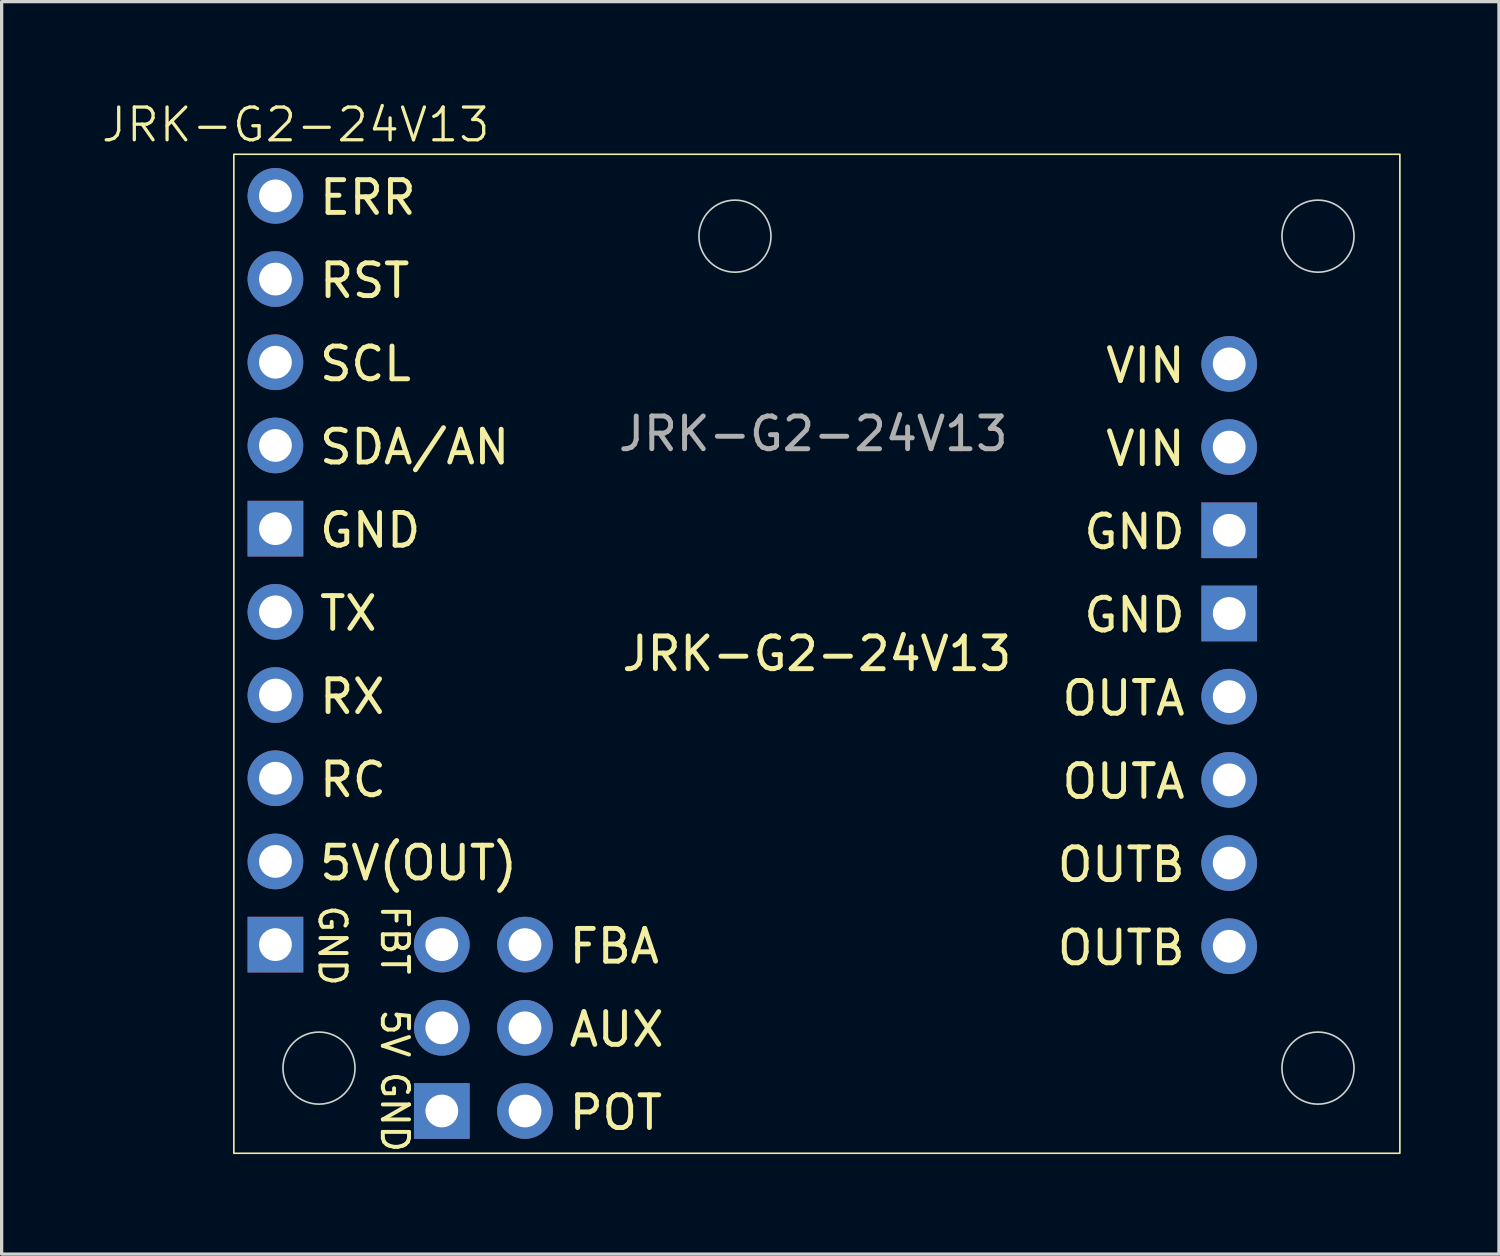
<source format=kicad_pcb>
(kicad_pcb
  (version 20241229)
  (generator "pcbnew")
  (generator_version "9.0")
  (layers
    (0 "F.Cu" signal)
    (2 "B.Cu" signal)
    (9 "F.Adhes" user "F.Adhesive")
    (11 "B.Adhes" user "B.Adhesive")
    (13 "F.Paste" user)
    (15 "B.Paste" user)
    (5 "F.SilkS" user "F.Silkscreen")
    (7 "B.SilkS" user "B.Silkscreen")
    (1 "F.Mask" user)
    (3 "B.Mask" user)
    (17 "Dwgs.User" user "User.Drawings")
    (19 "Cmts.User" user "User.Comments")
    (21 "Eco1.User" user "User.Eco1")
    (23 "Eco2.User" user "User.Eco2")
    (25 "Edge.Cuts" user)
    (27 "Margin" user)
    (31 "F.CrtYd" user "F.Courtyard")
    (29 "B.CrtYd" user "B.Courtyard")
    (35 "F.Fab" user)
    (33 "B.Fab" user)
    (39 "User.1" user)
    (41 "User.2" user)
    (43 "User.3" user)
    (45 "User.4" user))
  (footprint "JRK-G2-24V13"
    (layer "F.Cu")
    (at 21.889 16.91)
    (property "Reference" "JRK-G2-24V13" (at -15.91 -16.15 0) (unlocked yes) (layer "F.SilkS") (effects (font (size 1 1) (thickness 0.1))))
    (attr through_hole)
    (fp_rect (start -17.8 -15.25) (end 17.8 15.25) (stroke (width 0.05) (type default)) (fill no) (layer "F.SilkS"))
    (fp_circle (center -15.2 12.65) (end -14.1 12.65) (stroke (width 0.05) (type default)) (fill no) (layer "Edge.Cuts"))
    (fp_circle (center -2.5 -12.75) (end -1.4 -12.75) (stroke (width 0.05) (type default)) (fill no) (layer "Edge.Cuts"))
    (fp_circle (center 15.3 -12.75) (end 16.4 -12.75) (stroke (width 0.05) (type default)) (fill no) (layer "Edge.Cuts"))
    (fp_circle (center 15.3 12.65) (end 16.4 12.65) (stroke (width 0.05) (type default)) (fill no) (layer "Edge.Cuts"))
    (fp_text user "RC" (at -15.26 4.435 0) (unlocked yes) (layer "F.SilkS") (effects (font (size 1 1) (thickness 0.15)) (justify left bottom)))
    (fp_text user "OUTB" (at 11.32 7.025 0) (unlocked yes) (layer "F.SilkS") (effects (font (size 1 1) (thickness 0.15)) (justify right bottom)))
    (fp_text user "AUX" (at -7.64 12.055 0) (unlocked yes) (layer "F.SilkS") (effects (font (size 1 1) (thickness 0.15)) (justify left bottom)))
    (fp_text user "GND" (at -13.355 12.69 270) (unlocked yes) (layer "F.SilkS") (effects (font (size 0.8 0.8) (thickness 0.12)) (justify left bottom)))
    (fp_text user "POT" (at -7.64 14.595 0) (unlocked yes) (layer "F.SilkS") (effects (font (size 1 1) (thickness 0.15)) (justify left bottom)))
    (fp_text user "FBA" (at -7.64 9.515 0) (unlocked yes) (layer "F.SilkS") (effects (font (size 1 1) (thickness 0.15)) (justify left bottom)))
    (fp_text user "SDA/AN" (at -15.26 -5.725 0) (unlocked yes) (layer "F.SilkS") (effects (font (size 1 1) (thickness 0.15)) (justify left bottom)))
    (fp_text user "TX" (at -15.26 -0.645 0) (unlocked yes) (layer "F.SilkS") (effects (font (size 1 1) (thickness 0.15)) (justify left bottom)))
    (fp_text user "GND" (at -15.26 7.61 270) (unlocked yes) (layer "F.SilkS") (effects (font (size 0.8 0.8) (thickness 0.12)) (justify left bottom)))
    (fp_text user "5V" (at -13.355 10.785 270) (unlocked yes) (layer "F.SilkS") (effects (font (size 0.8 0.8) (thickness 0.12)) (justify left bottom)))
    (fp_text user "JRK-G2-24V13" (at 0.001 0.000271 0) (unlocked yes) (layer "F.SilkS") (effects (font (size 1 1) (thickness 0.15))))
    (fp_text user "OUTA" (at 11.32 1.945 0) (unlocked yes) (layer "F.SilkS") (effects (font (size 1 1) (thickness 0.15)) (justify right bottom)))
    (fp_text user "RST" (at -15.26 -10.805 0) (unlocked yes) (layer "F.SilkS") (effects (font (size 1 1) (thickness 0.15)) (justify left bottom)))
    (fp_text user "GND" (at 11.32 -0.595 0) (unlocked yes) (layer "F.SilkS") (effects (font (size 1 1) (thickness 0.15)) (justify right bottom)))
    (fp_text user "OUTA" (at 11.32 4.485 0) (unlocked yes) (layer "F.SilkS") (effects (font (size 1 1) (thickness 0.15)) (justify right bottom)))
    (fp_text user "FBT" (at -13.355 7.61 270) (unlocked yes) (layer "F.SilkS") (effects (font (size 0.8 0.8) (thickness 0.12)) (justify left bottom)))
    (fp_text user "OUTB" (at 11.32 9.565 0) (unlocked yes) (layer "F.SilkS") (effects (font (size 1 1) (thickness 0.15)) (justify right bottom)))
    (fp_text user "GND" (at 11.32 -3.135 0) (unlocked yes) (layer "F.SilkS") (effects (font (size 1 1) (thickness 0.15)) (justify right bottom)))
    (fp_text user "GND" (at -15.26 -3.185 0) (unlocked yes) (layer "F.SilkS") (effects (font (size 1 1) (thickness 0.15)) (justify left bottom)))
    (fp_text user "VIN" (at 11.32 -8.215 0) (unlocked yes) (layer "F.SilkS") (effects (font (size 1 1) (thickness 0.15)) (justify right bottom)))
    (fp_text user "5V(OUT)" (at -15.26 6.975 0) (unlocked yes) (layer "F.SilkS") (effects (font (size 1 1) (thickness 0.15)) (justify left bottom)))
    (fp_text user "RX" (at -15.26 1.895 0) (unlocked yes) (layer "F.SilkS") (effects (font (size 1 1) (thickness 0.15)) (justify left bottom)))
    (fp_text user "VIN" (at 11.32 -5.675 0) (unlocked yes) (layer "F.SilkS") (effects (font (size 1 1) (thickness 0.15)) (justify right bottom)))
    (fp_text user "ERR" (at -15.26 -13.345 0) (unlocked yes) (layer "F.SilkS") (effects (font (size 1 1) (thickness 0.15)) (justify left bottom)))
    (fp_text user "SCL" (at -15.26 -8.265 0) (unlocked yes) (layer "F.SilkS") (effects (font (size 1 1) (thickness 0.15)) (justify left bottom)))
    (fp_text user "${REFERENCE}" (at -0.11 -6.715 0) (unlocked yes) (layer "F.Fab") (effects (font (size 1 1) (thickness 0.15))))
    (pad "1" thru_hole rect (at -16.53 -3.82) (size 1.7 1.7) (drill 1) (layers "*.Cu" "*.Mask"))
    (pad "1" thru_hole rect (at -16.53 8.88) (size 1.7 1.7) (drill 1) (layers "*.Cu" "*.Mask"))
    (pad "1" thru_hole rect (at -11.45 13.96) (size 1.7 1.7) (drill 1) (layers "*.Cu" "*.Mask"))
    (pad "1" thru_hole rect (at 12.59 -3.77) (size 1.7 1.7) (drill 1) (layers "*.Cu" "*.Mask"))
    (pad "1" thru_hole rect (at 12.59 -1.23) (size 1.7 1.7) (drill 1) (layers "*.Cu" "*.Mask"))
    (pad "2" thru_hole circle (at 12.59 -8.85) (size 1.7 1.7) (drill 1) (layers "*.Cu" "*.Mask"))
    (pad "2" thru_hole circle (at 12.59 -6.31) (size 1.7 1.7) (drill 1) (layers "*.Cu" "*.Mask"))
    (pad "3" thru_hole circle (at 12.59 1.31) (size 1.7 1.7) (drill 1) (layers "*.Cu" "*.Mask"))
    (pad "3" thru_hole circle (at 12.59 3.85) (size 1.7 1.7) (drill 1) (layers "*.Cu" "*.Mask"))
    (pad "4" thru_hole circle (at 12.59 6.39) (size 1.7 1.7) (drill 1) (layers "*.Cu" "*.Mask"))
    (pad "4" thru_hole circle (at 12.59 8.93) (size 1.7 1.7) (drill 1) (layers "*.Cu" "*.Mask"))
    (pad "5" thru_hole circle (at -16.53 -13.98) (size 1.7 1.7) (drill 1) (layers "*.Cu" "*.Mask"))
    (pad "6" thru_hole circle (at -16.53 -11.44) (size 1.7 1.7) (drill 1) (layers "*.Cu" "*.Mask"))
    (pad "7" thru_hole circle (at -16.53 -8.9) (size 1.7 1.7) (drill 1) (layers "*.Cu" "*.Mask"))
    (pad "8" thru_hole circle (at -16.53 -6.36) (size 1.7 1.7) (drill 1) (layers "*.Cu" "*.Mask"))
    (pad "9" thru_hole circle (at -16.53 -1.28) (size 1.7 1.7) (drill 1) (layers "*.Cu" "*.Mask"))
    (pad "10" thru_hole circle (at -16.53 1.26) (size 1.7 1.7) (drill 1) (layers "*.Cu" "*.Mask"))
    (pad "11" thru_hole circle (at -16.53 3.8) (size 1.7 1.7) (drill 1) (layers "*.Cu" "*.Mask"))
    (pad "12" thru_hole circle (at -16.53 6.34) (size 1.7 1.7) (drill 1) (layers "*.Cu" "*.Mask"))
    (pad "12" thru_hole circle (at -11.45 11.42) (size 1.7 1.7) (drill 1) (layers "*.Cu" "*.Mask"))
    (pad "13" thru_hole circle (at -11.45 8.88) (size 1.7 1.7) (drill 1) (layers "*.Cu" "*.Mask"))
    (pad "14" thru_hole circle (at -8.91 8.88) (size 1.7 1.7) (drill 1) (layers "*.Cu" "*.Mask"))
    (pad "15" thru_hole circle (at -8.91 11.42) (size 1.7 1.7) (drill 1) (layers "*.Cu" "*.Mask"))
    (pad "16" thru_hole circle (at -8.91 13.96) (size 1.7 1.7) (drill 1) (layers "*.Cu" "*.Mask")))
  (gr_rect
    (start -3 -3)
    (end 42.714 35.239)
    (stroke (width 0.1) (type default))
    (fill no)
    (layer "Edge.Cuts")))
</source>
